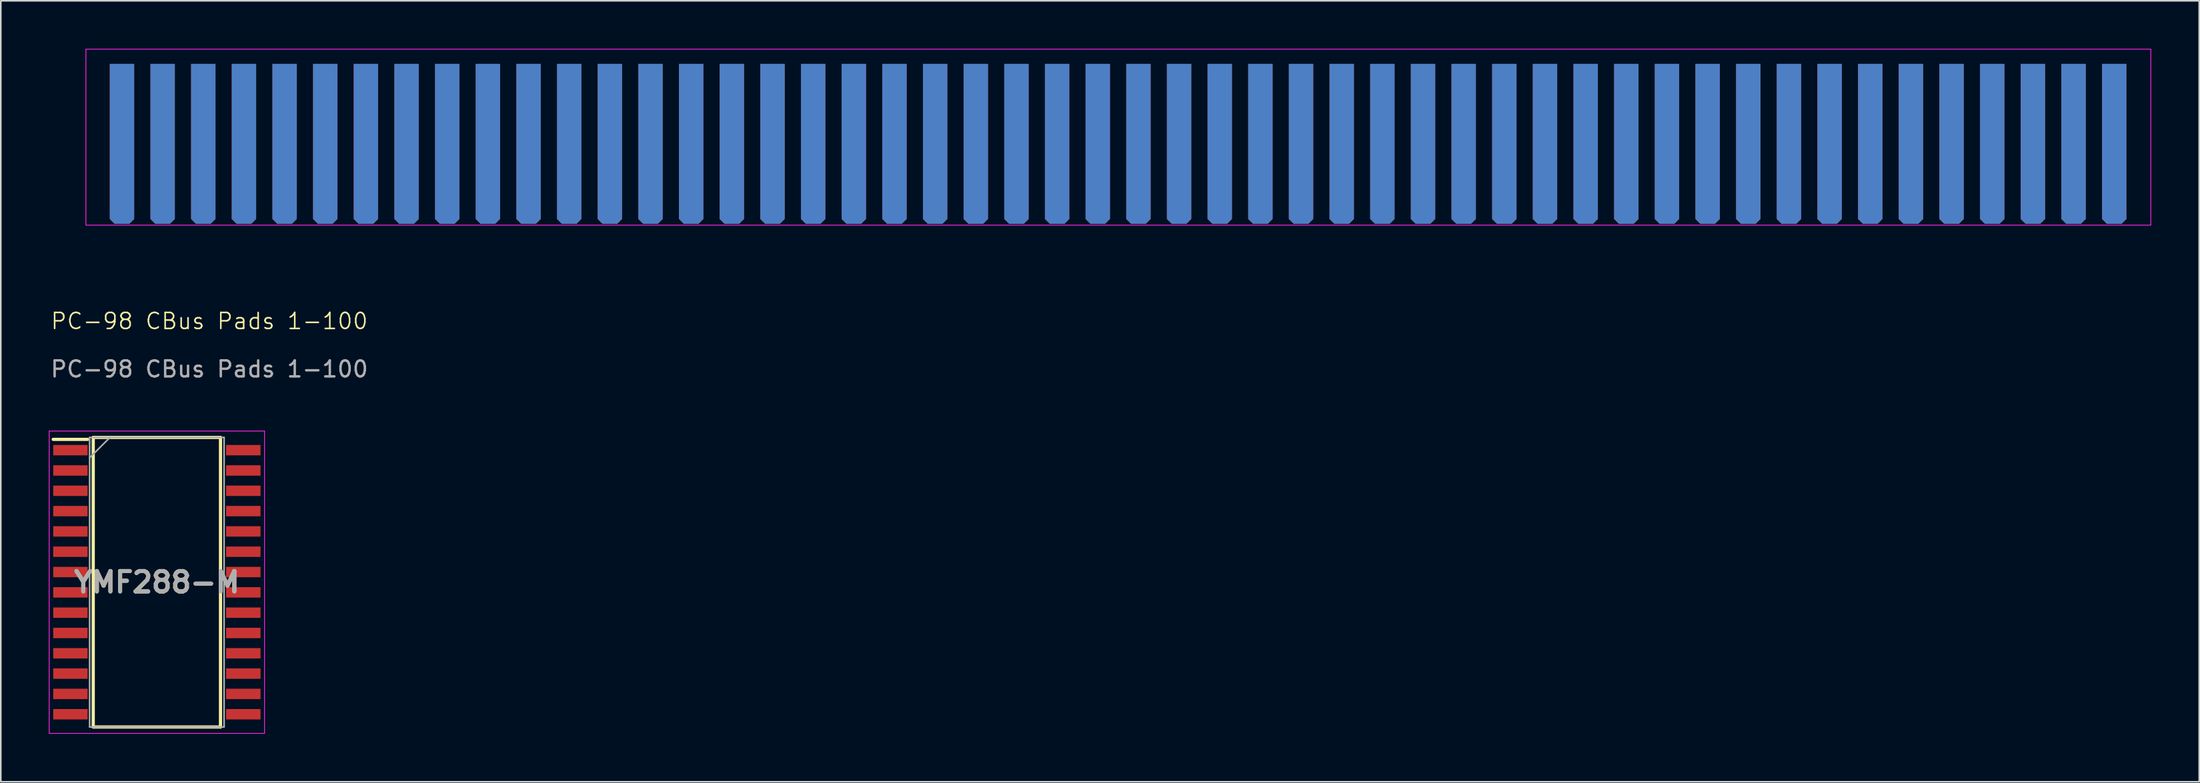
<source format=kicad_pcb>
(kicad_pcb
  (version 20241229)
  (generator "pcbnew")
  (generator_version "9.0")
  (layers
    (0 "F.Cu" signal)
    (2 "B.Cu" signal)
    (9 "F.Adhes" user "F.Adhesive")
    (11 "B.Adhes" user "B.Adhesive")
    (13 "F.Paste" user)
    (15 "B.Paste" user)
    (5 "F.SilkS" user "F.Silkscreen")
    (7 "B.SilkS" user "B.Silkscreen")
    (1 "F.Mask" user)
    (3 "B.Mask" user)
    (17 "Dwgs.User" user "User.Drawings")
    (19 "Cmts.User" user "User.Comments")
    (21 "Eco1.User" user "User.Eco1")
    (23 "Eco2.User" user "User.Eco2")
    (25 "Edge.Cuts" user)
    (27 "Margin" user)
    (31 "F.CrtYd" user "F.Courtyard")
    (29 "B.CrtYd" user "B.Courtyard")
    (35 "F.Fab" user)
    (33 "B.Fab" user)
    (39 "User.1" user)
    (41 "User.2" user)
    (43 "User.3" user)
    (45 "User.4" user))
  (footprint "PC-98 CBus Pads 1-100"
    (layer "F.Cu")
    (at 2.03 11.025)
    (property "Reference" "PC-98 CBus Pads 1-100" (at 8 6 0) (unlocked yes) (layer "F.SilkS") (effects (font (size 1 1) (thickness 0.1))))
    (attr smd)
    (fp_rect (start 0.286 -11) (end 129.286 0) (stroke (width 0.05) (type default)) (fill no) (layer "F.CrtYd"))
    (fp_text user "${REFERENCE}" (at 8 9 0) (unlocked yes) (layer "F.Fab") (effects (font (size 1 1) (thickness 0.15))))
    (pad "1" connect roundrect (at 127 -5.08) (size 1.524 10) (layers "B.Cu" "B.Mask") (roundrect_rratio 0) (chamfer_ratio 0.2) (chamfer bottom_left bottom_right))
    (pad "2" connect roundrect (at 124.46 -5.08) (size 1.524 10) (layers "B.Cu" "B.Mask") (roundrect_rratio 0) (chamfer_ratio 0.2) (chamfer bottom_left bottom_right))
    (pad "3" connect roundrect (at 121.92 -5.08) (size 1.524 10) (layers "B.Cu" "B.Mask") (roundrect_rratio 0) (chamfer_ratio 0.2) (chamfer bottom_left bottom_right))
    (pad "4" connect roundrect (at 119.38 -5.08) (size 1.524 10) (layers "B.Cu" "B.Mask") (roundrect_rratio 0) (chamfer_ratio 0.2) (chamfer bottom_left bottom_right))
    (pad "5" connect roundrect (at 116.84 -5.08) (size 1.524 10) (layers "B.Cu" "B.Mask") (roundrect_rratio 0) (chamfer_ratio 0.2) (chamfer bottom_left bottom_right))
    (pad "6" connect roundrect (at 114.3 -5.08) (size 1.524 10) (layers "B.Cu" "B.Mask") (roundrect_rratio 0) (chamfer_ratio 0.2) (chamfer bottom_left bottom_right))
    (pad "7" connect roundrect (at 111.76 -5.08) (size 1.524 10) (layers "B.Cu" "B.Mask") (roundrect_rratio 0) (chamfer_ratio 0.2) (chamfer bottom_left bottom_right))
    (pad "8" connect roundrect (at 109.22 -5.08) (size 1.524 10) (layers "B.Cu" "B.Mask") (roundrect_rratio 0) (chamfer_ratio 0.2) (chamfer bottom_left bottom_right))
    (pad "9" connect roundrect (at 106.68 -5.08) (size 1.524 10) (layers "B.Cu" "B.Mask") (roundrect_rratio 0) (chamfer_ratio 0.2) (chamfer bottom_left bottom_right))
    (pad "10" connect roundrect (at 104.14 -5.08) (size 1.524 10) (layers "B.Cu" "B.Mask") (roundrect_rratio 0) (chamfer_ratio 0.2) (chamfer bottom_left bottom_right))
    (pad "11" connect roundrect (at 101.6 -5.08) (size 1.524 10) (layers "B.Cu" "B.Mask") (roundrect_rratio 0) (chamfer_ratio 0.2) (chamfer bottom_left bottom_right))
    (pad "12" connect roundrect (at 99.06 -5.08) (size 1.524 10) (layers "B.Cu" "B.Mask") (roundrect_rratio 0) (chamfer_ratio 0.2) (chamfer bottom_left bottom_right))
    (pad "13" connect roundrect (at 96.52 -5.08) (size 1.524 10) (layers "B.Cu" "B.Mask") (roundrect_rratio 0) (chamfer_ratio 0.2) (chamfer bottom_left bottom_right))
    (pad "14" connect roundrect (at 93.98 -5.08) (size 1.524 10) (layers "B.Cu" "B.Mask") (roundrect_rratio 0) (chamfer_ratio 0.2) (chamfer bottom_left bottom_right))
    (pad "15" connect roundrect (at 91.44 -5.08) (size 1.524 10) (layers "B.Cu" "B.Mask") (roundrect_rratio 0) (chamfer_ratio 0.2) (chamfer bottom_left bottom_right))
    (pad "16" connect roundrect (at 88.9 -5.08) (size 1.524 10) (layers "B.Cu" "B.Mask") (roundrect_rratio 0) (chamfer_ratio 0.2) (chamfer bottom_left bottom_right))
    (pad "17" connect roundrect (at 86.36 -5.08) (size 1.524 10) (layers "B.Cu" "B.Mask") (roundrect_rratio 0) (chamfer_ratio 0.2) (chamfer bottom_left bottom_right))
    (pad "18" connect roundrect (at 83.82 -5.08) (size 1.524 10) (layers "B.Cu" "B.Mask") (roundrect_rratio 0) (chamfer_ratio 0.2) (chamfer bottom_left bottom_right))
    (pad "19" connect roundrect (at 81.28 -5.08) (size 1.524 10) (layers "B.Cu" "B.Mask") (roundrect_rratio 0) (chamfer_ratio 0.2) (chamfer bottom_left bottom_right))
    (pad "20" connect roundrect (at 78.74 -5.08) (size 1.524 10) (layers "B.Cu" "B.Mask") (roundrect_rratio 0) (chamfer_ratio 0.2) (chamfer bottom_left bottom_right))
    (pad "21" connect roundrect (at 76.2 -5.08) (size 1.524 10) (layers "B.Cu" "B.Mask") (roundrect_rratio 0) (chamfer_ratio 0.2) (chamfer bottom_left bottom_right))
    (pad "22" connect roundrect (at 73.66 -5.08) (size 1.524 10) (layers "B.Cu" "B.Mask") (roundrect_rratio 0) (chamfer_ratio 0.2) (chamfer bottom_left bottom_right))
    (pad "23" connect roundrect (at 71.12 -5.08) (size 1.524 10) (layers "B.Cu" "B.Mask") (roundrect_rratio 0) (chamfer_ratio 0.2) (chamfer bottom_left bottom_right))
    (pad "24" connect roundrect (at 68.58 -5.08) (size 1.524 10) (layers "B.Cu" "B.Mask") (roundrect_rratio 0) (chamfer_ratio 0.2) (chamfer bottom_left bottom_right))
    (pad "25" connect roundrect (at 66.04 -5.08) (size 1.524 10) (layers "B.Cu" "B.Mask") (roundrect_rratio 0) (chamfer_ratio 0.2) (chamfer bottom_left bottom_right))
    (pad "26" connect roundrect (at 63.5 -5.08) (size 1.524 10) (layers "B.Cu" "B.Mask") (roundrect_rratio 0) (chamfer_ratio 0.2) (chamfer bottom_left bottom_right))
    (pad "27" connect roundrect (at 60.96 -5.08) (size 1.524 10) (layers "B.Cu" "B.Mask") (roundrect_rratio 0) (chamfer_ratio 0.2) (chamfer bottom_left bottom_right))
    (pad "28" connect roundrect (at 58.42 -5.08) (size 1.524 10) (layers "B.Cu" "B.Mask") (roundrect_rratio 0) (chamfer_ratio 0.2) (chamfer bottom_left bottom_right))
    (pad "29" connect roundrect (at 55.88 -5.08) (size 1.524 10) (layers "B.Cu" "B.Mask") (roundrect_rratio 0) (chamfer_ratio 0.2) (chamfer bottom_left bottom_right))
    (pad "30" connect roundrect (at 53.34 -5.08) (size 1.524 10) (layers "B.Cu" "B.Mask") (roundrect_rratio 0) (chamfer_ratio 0.2) (chamfer bottom_left bottom_right))
    (pad "31" connect roundrect (at 50.8 -5.08) (size 1.524 10) (layers "B.Cu" "B.Mask") (roundrect_rratio 0) (chamfer_ratio 0.2) (chamfer bottom_left bottom_right))
    (pad "32" connect roundrect (at 48.26 -5.08) (size 1.524 10) (layers "B.Cu" "B.Mask") (roundrect_rratio 0) (chamfer_ratio 0.2) (chamfer bottom_left bottom_right))
    (pad "33" connect roundrect (at 45.72 -5.08) (size 1.524 10) (layers "B.Cu" "B.Mask") (roundrect_rratio 0) (chamfer_ratio 0.2) (chamfer bottom_left bottom_right))
    (pad "34" connect roundrect (at 43.18 -5.08) (size 1.524 10) (layers "B.Cu" "B.Mask") (roundrect_rratio 0) (chamfer_ratio 0.2) (chamfer bottom_left bottom_right))
    (pad "35" connect roundrect (at 40.64 -5.08) (size 1.524 10) (layers "B.Cu" "B.Mask") (roundrect_rratio 0) (chamfer_ratio 0.2) (chamfer bottom_left bottom_right))
    (pad "36" connect roundrect (at 38.1 -5.08) (size 1.524 10) (layers "B.Cu" "B.Mask") (roundrect_rratio 0) (chamfer_ratio 0.2) (chamfer bottom_left bottom_right))
    (pad "37" connect roundrect (at 35.56 -5.08) (size 1.524 10) (layers "B.Cu" "B.Mask") (roundrect_rratio 0) (chamfer_ratio 0.2) (chamfer bottom_left bottom_right))
    (pad "38" connect roundrect (at 33.02 -5.08) (size 1.524 10) (layers "B.Cu" "B.Mask") (roundrect_rratio 0) (chamfer_ratio 0.2) (chamfer bottom_left bottom_right))
    (pad "39" connect roundrect (at 30.48 -5.08) (size 1.524 10) (layers "B.Cu" "B.Mask") (roundrect_rratio 0) (chamfer_ratio 0.2) (chamfer bottom_left bottom_right))
    (pad "40" connect roundrect (at 27.94 -5.08) (size 1.524 10) (layers "B.Cu" "B.Mask") (roundrect_rratio 0) (chamfer_ratio 0.2) (chamfer bottom_left bottom_right))
    (pad "41" connect roundrect (at 25.4 -5.08) (size 1.524 10) (layers "B.Cu" "B.Mask") (roundrect_rratio 0) (chamfer_ratio 0.2) (chamfer bottom_left bottom_right))
    (pad "42" connect roundrect (at 22.86 -5.08) (size 1.524 10) (layers "B.Cu" "B.Mask") (roundrect_rratio 0) (chamfer_ratio 0.2) (chamfer bottom_left bottom_right))
    (pad "43" connect roundrect (at 20.32 -5.08) (size 1.524 10) (layers "B.Cu" "B.Mask") (roundrect_rratio 0) (chamfer_ratio 0.2) (chamfer bottom_left bottom_right))
    (pad "44" connect roundrect (at 17.78 -5.08) (size 1.524 10) (layers "B.Cu" "B.Mask") (roundrect_rratio 0) (chamfer_ratio 0.2) (chamfer bottom_left bottom_right))
    (pad "45" connect roundrect (at 15.24 -5.08) (size 1.524 10) (layers "B.Cu" "B.Mask") (roundrect_rratio 0) (chamfer_ratio 0.2) (chamfer bottom_left bottom_right))
    (pad "46" connect roundrect (at 12.7 -5.08) (size 1.524 10) (layers "B.Cu" "B.Mask") (roundrect_rratio 0) (chamfer_ratio 0.2) (chamfer bottom_left bottom_right))
    (pad "47" connect roundrect (at 10.16 -5.08) (size 1.524 10) (layers "B.Cu" "B.Mask") (roundrect_rratio 0) (chamfer_ratio 0.2) (chamfer bottom_left bottom_right))
    (pad "48" connect roundrect (at 7.62 -5.08) (size 1.524 10) (layers "B.Cu" "B.Mask") (roundrect_rratio 0) (chamfer_ratio 0.2) (chamfer bottom_left bottom_right))
    (pad "49" connect roundrect (at 5.08 -5.08) (size 1.524 10) (layers "B.Cu" "B.Mask") (roundrect_rratio 0) (chamfer_ratio 0.2) (chamfer bottom_left bottom_right))
    (pad "50" connect roundrect (at 2.54 -5.08) (size 1.524 10) (layers "B.Cu" "B.Mask") (roundrect_rratio 0) (chamfer_ratio 0.2) (chamfer bottom_left bottom_right))
    (pad "51" connect roundrect (at 127 -5.08) (size 1.524 10) (layers "F.Cu" "F.Mask") (roundrect_rratio 0) (chamfer_ratio 0.2) (chamfer bottom_left bottom_right))
    (pad "52" connect roundrect (at 124.46 -5.08) (size 1.524 10) (layers "F.Cu" "F.Mask") (roundrect_rratio 0) (chamfer_ratio 0.2) (chamfer bottom_left bottom_right))
    (pad "53" connect roundrect (at 121.92 -5.08) (size 1.524 10) (layers "F.Cu" "F.Mask") (roundrect_rratio 0) (chamfer_ratio 0.2) (chamfer bottom_left bottom_right))
    (pad "54" connect roundrect (at 119.38 -5.08) (size 1.524 10) (layers "F.Cu" "F.Mask") (roundrect_rratio 0) (chamfer_ratio 0.2) (chamfer bottom_left bottom_right))
    (pad "55" connect roundrect (at 116.84 -5.08) (size 1.524 10) (layers "F.Cu" "F.Mask") (roundrect_rratio 0) (chamfer_ratio 0.2) (chamfer bottom_left bottom_right))
    (pad "56" connect roundrect (at 114.3 -5.08) (size 1.524 10) (layers "F.Cu" "F.Mask") (roundrect_rratio 0) (chamfer_ratio 0.2) (chamfer bottom_left bottom_right))
    (pad "57" connect roundrect (at 111.76 -5.08) (size 1.524 10) (layers "F.Cu" "F.Mask") (roundrect_rratio 0) (chamfer_ratio 0.2) (chamfer bottom_left bottom_right))
    (pad "58" connect roundrect (at 109.22 -5.08) (size 1.524 10) (layers "F.Cu" "F.Mask") (roundrect_rratio 0) (chamfer_ratio 0.2) (chamfer bottom_left bottom_right))
    (pad "59" connect roundrect (at 106.68 -5.08) (size 1.524 10) (layers "F.Cu" "F.Mask") (roundrect_rratio 0) (chamfer_ratio 0.2) (chamfer bottom_left bottom_right))
    (pad "60" connect roundrect (at 104.14 -5.08) (size 1.524 10) (layers "F.Cu" "F.Mask") (roundrect_rratio 0) (chamfer_ratio 0.2) (chamfer bottom_left bottom_right))
    (pad "61" connect roundrect (at 101.6 -5.08) (size 1.524 10) (layers "F.Cu" "F.Mask") (roundrect_rratio 0) (chamfer_ratio 0.2) (chamfer bottom_left bottom_right))
    (pad "62" connect roundrect (at 99.06 -5.08) (size 1.524 10) (layers "F.Cu" "F.Mask") (roundrect_rratio 0) (chamfer_ratio 0.2) (chamfer bottom_left bottom_right))
    (pad "63" connect roundrect (at 96.52 -5.08) (size 1.524 10) (layers "F.Cu" "F.Mask") (roundrect_rratio 0) (chamfer_ratio 0.2) (chamfer bottom_left bottom_right))
    (pad "64" connect roundrect (at 93.98 -5.08) (size 1.524 10) (layers "F.Cu" "F.Mask") (roundrect_rratio 0) (chamfer_ratio 0.2) (chamfer bottom_left bottom_right))
    (pad "65" connect roundrect (at 91.44 -5.08) (size 1.524 10) (layers "F.Cu" "F.Mask") (roundrect_rratio 0) (chamfer_ratio 0.2) (chamfer bottom_left bottom_right))
    (pad "66" connect roundrect (at 88.9 -5.08) (size 1.524 10) (layers "F.Cu" "F.Mask") (roundrect_rratio 0) (chamfer_ratio 0.2) (chamfer bottom_left bottom_right))
    (pad "67" connect roundrect (at 86.36 -5.08) (size 1.524 10) (layers "F.Cu" "F.Mask") (roundrect_rratio 0) (chamfer_ratio 0.2) (chamfer bottom_left bottom_right))
    (pad "68" connect roundrect (at 83.82 -5.08) (size 1.524 10) (layers "F.Cu" "F.Mask") (roundrect_rratio 0) (chamfer_ratio 0.2) (chamfer bottom_left bottom_right))
    (pad "69" connect roundrect (at 81.28 -5.08) (size 1.524 10) (layers "F.Cu" "F.Mask") (roundrect_rratio 0) (chamfer_ratio 0.2) (chamfer bottom_left bottom_right))
    (pad "70" connect roundrect (at 78.74 -5.08) (size 1.524 10) (layers "F.Cu" "F.Mask") (roundrect_rratio 0) (chamfer_ratio 0.2) (chamfer bottom_left bottom_right))
    (pad "71" connect roundrect (at 76.2 -5.08) (size 1.524 10) (layers "F.Cu" "F.Mask") (roundrect_rratio 0) (chamfer_ratio 0.2) (chamfer bottom_left bottom_right))
    (pad "72" connect roundrect (at 73.66 -5.08) (size 1.524 10) (layers "F.Cu" "F.Mask") (roundrect_rratio 0) (chamfer_ratio 0.2) (chamfer bottom_left bottom_right))
    (pad "73" connect roundrect (at 71.12 -5.08) (size 1.524 10) (layers "F.Cu" "F.Mask") (roundrect_rratio 0) (chamfer_ratio 0.2) (chamfer bottom_left bottom_right))
    (pad "74" connect roundrect (at 68.58 -5.08) (size 1.524 10) (layers "F.Cu" "F.Mask") (roundrect_rratio 0) (chamfer_ratio 0.2) (chamfer bottom_left bottom_right))
    (pad "75" connect roundrect (at 66.04 -5.08) (size 1.524 10) (layers "F.Cu" "F.Mask") (roundrect_rratio 0) (chamfer_ratio 0.2) (chamfer bottom_left bottom_right))
    (pad "76" connect roundrect (at 63.5 -5.08) (size 1.524 10) (layers "F.Cu" "F.Mask") (roundrect_rratio 0) (chamfer_ratio 0.2) (chamfer bottom_left bottom_right))
    (pad "77" connect roundrect (at 60.96 -5.08) (size 1.524 10) (layers "F.Cu" "F.Mask") (roundrect_rratio 0) (chamfer_ratio 0.2) (chamfer bottom_left bottom_right))
    (pad "78" connect roundrect (at 58.42 -5.08) (size 1.524 10) (layers "F.Cu" "F.Mask") (roundrect_rratio 0) (chamfer_ratio 0.2) (chamfer bottom_left bottom_right))
    (pad "79" connect roundrect (at 55.88 -5.08) (size 1.524 10) (layers "F.Cu" "F.Mask") (roundrect_rratio 0) (chamfer_ratio 0.2) (chamfer bottom_left bottom_right))
    (pad "80" connect roundrect (at 53.34 -5.08) (size 1.524 10) (layers "F.Cu" "F.Mask") (roundrect_rratio 0) (chamfer_ratio 0.2) (chamfer bottom_left bottom_right))
    (pad "81" connect roundrect (at 50.8 -5.08) (size 1.524 10) (layers "F.Cu" "F.Mask") (roundrect_rratio 0) (chamfer_ratio 0.2) (chamfer bottom_left bottom_right))
    (pad "82" connect roundrect (at 48.26 -5.08) (size 1.524 10) (layers "F.Cu" "F.Mask") (roundrect_rratio 0) (chamfer_ratio 0.2) (chamfer bottom_left bottom_right))
    (pad "83" connect roundrect (at 45.72 -5.08) (size 1.524 10) (layers "F.Cu" "F.Mask") (roundrect_rratio 0) (chamfer_ratio 0.2) (chamfer bottom_left bottom_right))
    (pad "84" connect roundrect (at 43.18 -5.08) (size 1.524 10) (layers "F.Cu" "F.Mask") (roundrect_rratio 0) (chamfer_ratio 0.2) (chamfer bottom_left bottom_right))
    (pad "85" connect roundrect (at 40.64 -5.08) (size 1.524 10) (layers "F.Cu" "F.Mask") (roundrect_rratio 0) (chamfer_ratio 0.2) (chamfer bottom_left bottom_right))
    (pad "86" connect roundrect (at 38.1 -5.08) (size 1.524 10) (layers "F.Cu" "F.Mask") (roundrect_rratio 0) (chamfer_ratio 0.2) (chamfer bottom_left bottom_right))
    (pad "87" connect roundrect (at 35.56 -5.08) (size 1.524 10) (layers "F.Cu" "F.Mask") (roundrect_rratio 0) (chamfer_ratio 0.2) (chamfer bottom_left bottom_right))
    (pad "88" connect roundrect (at 33.02 -5.08) (size 1.524 10) (layers "F.Cu" "F.Mask") (roundrect_rratio 0) (chamfer_ratio 0.2) (chamfer bottom_left bottom_right))
    (pad "89" connect roundrect (at 30.48 -5.08) (size 1.524 10) (layers "F.Cu" "F.Mask") (roundrect_rratio 0) (chamfer_ratio 0.2) (chamfer bottom_left bottom_right))
    (pad "90" connect roundrect (at 27.94 -5.08) (size 1.524 10) (layers "F.Cu" "F.Mask") (roundrect_rratio 0) (chamfer_ratio 0.2) (chamfer bottom_left bottom_right))
    (pad "91" connect roundrect (at 25.4 -5.08) (size 1.524 10) (layers "F.Cu" "F.Mask") (roundrect_rratio 0) (chamfer_ratio 0.2) (chamfer bottom_left bottom_right))
    (pad "92" connect roundrect (at 22.86 -5.08) (size 1.524 10) (layers "F.Cu" "F.Mask") (roundrect_rratio 0) (chamfer_ratio 0.2) (chamfer bottom_left bottom_right))
    (pad "93" connect roundrect (at 20.32 -5.08) (size 1.524 10) (layers "F.Cu" "F.Mask") (roundrect_rratio 0) (chamfer_ratio 0.2) (chamfer bottom_left bottom_right))
    (pad "94" connect roundrect (at 17.78 -5.08) (size 1.524 10) (layers "F.Cu" "F.Mask") (roundrect_rratio 0) (chamfer_ratio 0.2) (chamfer bottom_left bottom_right))
    (pad "95" connect roundrect (at 15.24 -5.08) (size 1.524 10) (layers "F.Cu" "F.Mask") (roundrect_rratio 0) (chamfer_ratio 0.2) (chamfer bottom_left bottom_right))
    (pad "96" connect roundrect (at 12.7 -5.08) (size 1.524 10) (layers "F.Cu" "F.Mask") (roundrect_rratio 0) (chamfer_ratio 0.2) (chamfer bottom_left bottom_right))
    (pad "97" connect roundrect (at 10.16 -5.08) (size 1.524 10) (layers "F.Cu" "F.Mask") (roundrect_rratio 0) (chamfer_ratio 0.2) (chamfer bottom_left bottom_right))
    (pad "98" connect roundrect (at 7.62 -5.08) (size 1.524 10) (layers "F.Cu" "F.Mask") (roundrect_rratio 0) (chamfer_ratio 0.2) (chamfer bottom_left bottom_right))
    (pad "99" connect roundrect (at 5.08 -5.08) (size 1.524 10) (layers "F.Cu" "F.Mask") (roundrect_rratio 0) (chamfer_ratio 0.2) (chamfer bottom_left bottom_right))
    (pad "100" connect roundrect (at 2.54 -5.08) (size 1.524 10) (layers "F.Cu" "F.Mask") (roundrect_rratio 0) (chamfer_ratio 0.2) (chamfer bottom_left bottom_right)))
  (footprint "YMF288-M"
    (layer "F.Cu")
    (at 6.75 33.348)
    (property "Reference" "YMF288-M" (at 0 0 0) (layer "F.SilkS") (effects (font (size 1.27 1.27) (thickness 0.254))))
    (attr smd)
    (fp_line (start -6.475 -8.93) (end -4.325 -8.93) (stroke (width 0.2) (type solid)) (layer "F.SilkS"))
    (fp_line (start -3.975 -9.05) (end 3.975 -9.05) (stroke (width 0.2) (type solid)) (layer "F.SilkS"))
    (fp_line (start -3.975 9.05) (end -3.975 -9.05) (stroke (width 0.2) (type solid)) (layer "F.SilkS"))
    (fp_line (start 3.975 -9.05) (end 3.975 9.05) (stroke (width 0.2) (type solid)) (layer "F.SilkS"))
    (fp_line (start 3.975 9.05) (end -3.975 9.05) (stroke (width 0.2) (type solid)) (layer "F.SilkS"))
    (fp_line (start -6.725 -9.45) (end 6.725 -9.45) (stroke (width 0.05) (type solid)) (layer "F.CrtYd"))
    (fp_line (start -6.725 9.45) (end -6.725 -9.45) (stroke (width 0.05) (type solid)) (layer "F.CrtYd"))
    (fp_line (start 6.725 -9.45) (end 6.725 9.45) (stroke (width 0.05) (type solid)) (layer "F.CrtYd"))
    (fp_line (start 6.725 9.45) (end -6.725 9.45) (stroke (width 0.05) (type solid)) (layer "F.CrtYd"))
    (fp_line (start -4.2 -9.05) (end 4.2 -9.05) (stroke (width 0.1) (type solid)) (layer "F.Fab"))
    (fp_line (start -4.2 -7.78) (end -2.93 -9.05) (stroke (width 0.1) (type solid)) (layer "F.Fab"))
    (fp_line (start -4.2 9.05) (end -4.2 -9.05) (stroke (width 0.1) (type solid)) (layer "F.Fab"))
    (fp_line (start 4.2 -9.05) (end 4.2 9.05) (stroke (width 0.1) (type solid)) (layer "F.Fab"))
    (fp_line (start 4.2 9.05) (end -4.2 9.05) (stroke (width 0.1) (type solid)) (layer "F.Fab"))
    (fp_text user "${REFERENCE}" (at 0 0 0) (layer "F.Fab") (effects (font (size 1.27 1.27) (thickness 0.254))))
    (pad "1" smd rect (at -5.4 -8.255 90) (size 0.65 2.15) (layers "F.Cu" "F.Mask" "F.Paste"))
    (pad "2" smd rect (at -5.4 -6.985 90) (size 0.65 2.15) (layers "F.Cu" "F.Mask" "F.Paste"))
    (pad "3" smd rect (at -5.4 -5.715 90) (size 0.65 2.15) (layers "F.Cu" "F.Mask" "F.Paste"))
    (pad "4" smd rect (at -5.4 -4.445 90) (size 0.65 2.15) (layers "F.Cu" "F.Mask" "F.Paste"))
    (pad "5" smd rect (at -5.4 -3.175 90) (size 0.65 2.15) (layers "F.Cu" "F.Mask" "F.Paste"))
    (pad "6" smd rect (at -5.4 -1.905 90) (size 0.65 2.15) (layers "F.Cu" "F.Mask" "F.Paste"))
    (pad "7" smd rect (at -5.4 -0.635 90) (size 0.65 2.15) (layers "F.Cu" "F.Mask" "F.Paste"))
    (pad "8" smd rect (at -5.4 0.635 90) (size 0.65 2.15) (layers "F.Cu" "F.Mask" "F.Paste"))
    (pad "9" smd rect (at -5.4 1.905 90) (size 0.65 2.15) (layers "F.Cu" "F.Mask" "F.Paste"))
    (pad "10" smd rect (at -5.4 3.175 90) (size 0.65 2.15) (layers "F.Cu" "F.Mask" "F.Paste"))
    (pad "11" smd rect (at -5.4 4.445 90) (size 0.65 2.15) (layers "F.Cu" "F.Mask" "F.Paste"))
    (pad "12" smd rect (at -5.4 5.715 90) (size 0.65 2.15) (layers "F.Cu" "F.Mask" "F.Paste"))
    (pad "13" smd rect (at -5.4 6.985 90) (size 0.65 2.15) (layers "F.Cu" "F.Mask" "F.Paste"))
    (pad "14" smd rect (at -5.4 8.255 90) (size 0.65 2.15) (layers "F.Cu" "F.Mask" "F.Paste"))
    (pad "15" smd rect (at 5.4 8.255 90) (size 0.65 2.15) (layers "F.Cu" "F.Mask" "F.Paste"))
    (pad "16" smd rect (at 5.4 6.985 90) (size 0.65 2.15) (layers "F.Cu" "F.Mask" "F.Paste"))
    (pad "17" smd rect (at 5.4 5.715 90) (size 0.65 2.15) (layers "F.Cu" "F.Mask" "F.Paste"))
    (pad "18" smd rect (at 5.4 4.445 90) (size 0.65 2.15) (layers "F.Cu" "F.Mask" "F.Paste"))
    (pad "19" smd rect (at 5.4 3.175 90) (size 0.65 2.15) (layers "F.Cu" "F.Mask" "F.Paste"))
    (pad "20" smd rect (at 5.4 1.905 90) (size 0.65 2.15) (layers "F.Cu" "F.Mask" "F.Paste"))
    (pad "21" smd rect (at 5.4 0.635 90) (size 0.65 2.15) (layers "F.Cu" "F.Mask" "F.Paste"))
    (pad "22" smd rect (at 5.4 -0.635 90) (size 0.65 2.15) (layers "F.Cu" "F.Mask" "F.Paste"))
    (pad "23" smd rect (at 5.4 -1.905 90) (size 0.65 2.15) (layers "F.Cu" "F.Mask" "F.Paste"))
    (pad "24" smd rect (at 5.4 -3.175 90) (size 0.65 2.15) (layers "F.Cu" "F.Mask" "F.Paste"))
    (pad "25" smd rect (at 5.4 -4.445 90) (size 0.65 2.15) (layers "F.Cu" "F.Mask" "F.Paste"))
    (pad "26" smd rect (at 5.4 -5.715 90) (size 0.65 2.15) (layers "F.Cu" "F.Mask" "F.Paste"))
    (pad "27" smd rect (at 5.4 -6.985 90) (size 0.65 2.15) (layers "F.Cu" "F.Mask" "F.Paste"))
    (pad "28" smd rect (at 5.4 -8.255 90) (size 0.65 2.15) (layers "F.Cu" "F.Mask" "F.Paste")))
  (gr_rect
    (start -3 -3)
    (end 134.341 45.823)
    (stroke (width 0.1) (type default))
    (fill no)
    (layer "Edge.Cuts")))
</source>
